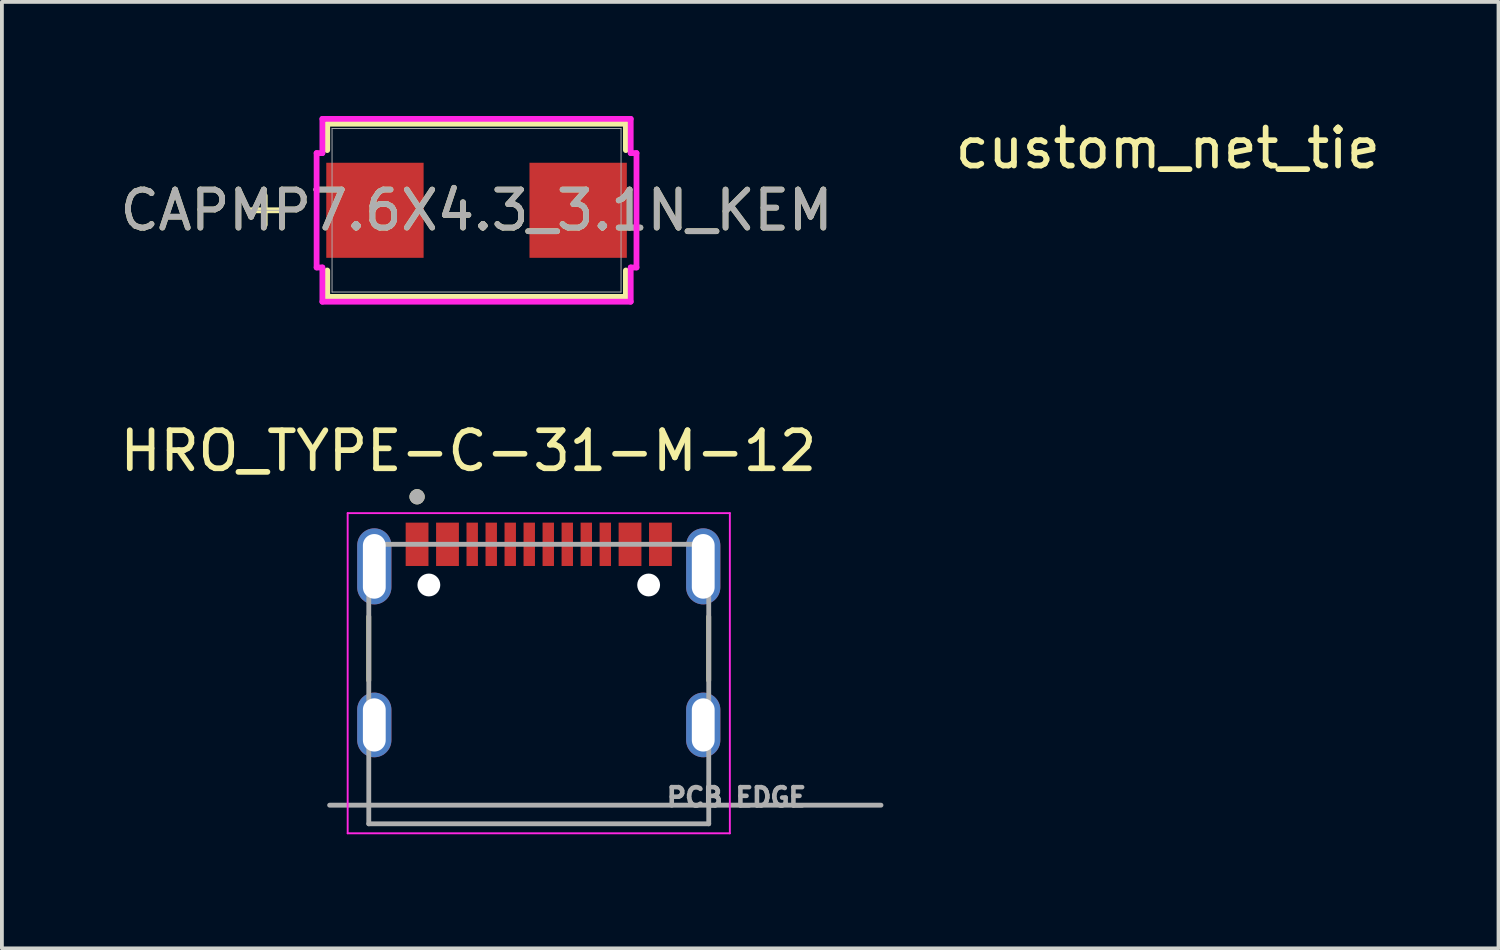
<source format=kicad_pcb>
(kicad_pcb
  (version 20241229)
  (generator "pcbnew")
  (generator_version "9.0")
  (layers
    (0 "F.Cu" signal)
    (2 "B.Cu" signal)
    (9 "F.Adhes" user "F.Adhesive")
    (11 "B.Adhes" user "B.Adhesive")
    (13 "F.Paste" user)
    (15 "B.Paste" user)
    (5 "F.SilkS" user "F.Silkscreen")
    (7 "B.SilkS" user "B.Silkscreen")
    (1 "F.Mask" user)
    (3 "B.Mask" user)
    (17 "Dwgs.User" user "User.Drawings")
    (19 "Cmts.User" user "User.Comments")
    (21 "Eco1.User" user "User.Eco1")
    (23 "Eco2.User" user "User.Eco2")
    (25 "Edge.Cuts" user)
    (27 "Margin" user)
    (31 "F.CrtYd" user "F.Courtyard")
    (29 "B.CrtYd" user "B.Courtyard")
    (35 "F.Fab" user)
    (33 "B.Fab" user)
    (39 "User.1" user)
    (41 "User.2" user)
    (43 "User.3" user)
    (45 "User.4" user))
  (footprint "HRO_TYPE-C-31-M-12"
    (layer "F.Cu")
    (at 11.118 16.014)
    (property "Reference" "HRO_TYPE-C-31-M-12" (at -1.85 -7.205 0) (layer "F.SilkS") (effects (font (size 1 1) (thickness 0.15))))
    (attr smd)
    (fp_poly (pts (xy -3.55 -5.37) (xy -2.85 -5.37) (xy -2.85 -4.13) (xy -3.55 -4.13)) (stroke (width 0.01) (type solid)) (fill yes) (layer "F.Mask"))
    (fp_poly (pts (xy -2.75 -5.37) (xy -2.05 -5.37) (xy -2.05 -4.13) (xy -2.75 -4.13)) (stroke (width 0.01) (type solid)) (fill yes) (layer "F.Mask"))
    (fp_poly (pts (xy -1.95 -5.37) (xy -1.55 -5.37) (xy -1.55 -4.13) (xy -1.95 -4.13)) (stroke (width 0.01) (type solid)) (fill yes) (layer "F.Mask"))
    (fp_poly (pts (xy -1.45 -5.37) (xy -1.05 -5.37) (xy -1.05 -4.13) (xy -1.45 -4.13)) (stroke (width 0.01) (type solid)) (fill yes) (layer "F.Mask"))
    (fp_poly (pts (xy -0.95 -5.37) (xy -0.55 -5.37) (xy -0.55 -4.13) (xy -0.95 -4.13)) (stroke (width 0.01) (type solid)) (fill yes) (layer "F.Mask"))
    (fp_poly (pts (xy -0.45 -5.37) (xy -0.05 -5.37) (xy -0.05 -4.13) (xy -0.45 -4.13)) (stroke (width 0.01) (type solid)) (fill yes) (layer "F.Mask"))
    (fp_poly (pts (xy 0.05 -5.37) (xy 0.45 -5.37) (xy 0.45 -4.13) (xy 0.05 -4.13)) (stroke (width 0.01) (type solid)) (fill yes) (layer "F.Mask"))
    (fp_poly (pts (xy 0.55 -5.37) (xy 0.95 -5.37) (xy 0.95 -4.13) (xy 0.55 -4.13)) (stroke (width 0.01) (type solid)) (fill yes) (layer "F.Mask"))
    (fp_poly (pts (xy 1.05 -5.37) (xy 1.45 -5.37) (xy 1.45 -4.13) (xy 1.05 -4.13)) (stroke (width 0.01) (type solid)) (fill yes) (layer "F.Mask"))
    (fp_poly (pts (xy 1.55 -5.37) (xy 1.95 -5.37) (xy 1.95 -4.13) (xy 1.55 -4.13)) (stroke (width 0.01) (type solid)) (fill yes) (layer "F.Mask"))
    (fp_poly (pts (xy 2.05 -5.37) (xy 2.75 -5.37) (xy 2.75 -4.13) (xy 2.05 -4.13)) (stroke (width 0.01) (type solid)) (fill yes) (layer "F.Mask"))
    (fp_poly (pts (xy 2.85 -5.37) (xy 3.55 -5.37) (xy 3.55 -4.13) (xy 2.85 -4.13)) (stroke (width 0.01) (type solid)) (fill yes) (layer "F.Mask"))
    (fp_line (start -4.47 -2.85) (end -4.47 -1.17) (stroke (width 0.127) (type solid)) (layer "F.SilkS"))
    (fp_line (start 4.47 -2.85) (end 4.47 -1.17) (stroke (width 0.127) (type solid)) (layer "F.SilkS"))
    (fp_circle (center -3.2 -6) (end -3.1 -6) (stroke (width 0.2) (type solid)) (fill no) (layer "F.SilkS"))
    (fp_line (start -5.025 -5.57) (end -5.025 2.85) (stroke (width 0.05) (type solid)) (layer "F.CrtYd"))
    (fp_line (start -5.025 2.85) (end 5.025 2.85) (stroke (width 0.05) (type solid)) (layer "F.CrtYd"))
    (fp_line (start 5.025 -5.57) (end -5.025 -5.57) (stroke (width 0.05) (type solid)) (layer "F.CrtYd"))
    (fp_line (start 5.025 2.85) (end 5.025 -5.57) (stroke (width 0.05) (type solid)) (layer "F.CrtYd"))
    (fp_line (start -5.5 2.11) (end 9 2.11) (stroke (width 0.127) (type solid)) (layer "F.Fab"))
    (fp_line (start -4.47 -4.75) (end -4.47 2.6) (stroke (width 0.127) (type solid)) (layer "F.Fab"))
    (fp_line (start -4.47 2.6) (end 4.47 2.6) (stroke (width 0.127) (type solid)) (layer "F.Fab"))
    (fp_line (start 4.47 -4.75) (end -4.47 -4.75) (stroke (width 0.127) (type solid)) (layer "F.Fab"))
    (fp_line (start 4.47 2.6) (end 4.47 -4.75) (stroke (width 0.127) (type solid)) (layer "F.Fab"))
    (fp_circle (center -3.2 -6) (end -3.1 -6) (stroke (width 0.2) (type solid)) (fill no) (layer "F.Fab"))
    (fp_text user "PCB EDGE" (at 5.2 1.9 0) (layer "F.Fab") (effects (font (size 0.48 0.48) (thickness 0.15))))
    (pad "" np_thru_hole circle (at -2.89 -3.68) (size 0.6 0.6) (drill 0.6) (layers "*.Cu" "*.Mask"))
    (pad "" np_thru_hole circle (at 2.89 -3.68) (size 0.6 0.6) (drill 0.6) (layers "*.Cu" "*.Mask"))
    (pad "A1_B12" smd rect (at -3.2 -4.75) (size 0.6 1.14) (layers "F.Cu" "F.Paste"))
    (pad "A4_B9" smd rect (at -2.4 -4.75) (size 0.6 1.14) (layers "F.Cu" "F.Paste"))
    (pad "A5" smd rect (at -1.25 -4.75) (size 0.3 1.14) (layers "F.Cu" "F.Paste"))
    (pad "A6" smd rect (at -0.25 -4.75) (size 0.3 1.14) (layers "F.Cu" "F.Paste"))
    (pad "A7" smd rect (at 0.25 -4.75) (size 0.3 1.14) (layers "F.Cu" "F.Paste"))
    (pad "A8" smd rect (at 1.25 -4.75) (size 0.3 1.14) (layers "F.Cu" "F.Paste"))
    (pad "B1_A12" smd rect (at 3.2 -4.75) (size 0.6 1.14) (layers "F.Cu" "F.Paste"))
    (pad "B4_A9" smd rect (at 2.4 -4.75) (size 0.6 1.14) (layers "F.Cu" "F.Paste"))
    (pad "B5" smd rect (at 1.75 -4.75) (size 0.3 1.14) (layers "F.Cu" "F.Paste"))
    (pad "B6" smd rect (at 0.75 -4.75) (size 0.3 1.14) (layers "F.Cu" "F.Paste"))
    (pad "B7" smd rect (at -0.75 -4.75) (size 0.3 1.14) (layers "F.Cu" "F.Paste"))
    (pad "B8" smd rect (at -1.75 -4.75) (size 0.3 1.14) (layers "F.Cu" "F.Paste"))
    (pad "S1" thru_hole oval (at -4.325 -4.17) (size 0.9 2) (drill oval 0.6 1.7) (layers "*.Cu" "*.Mask"))
    (pad "S2" thru_hole oval (at 4.325 -4.17) (size 0.9 2) (drill oval 0.6 1.7) (layers "*.Cu" "*.Mask"))
    (pad "S3" thru_hole oval (at -4.325 0) (size 0.9 1.7) (drill oval 0.6 1.4) (layers "*.Cu" "*.Mask"))
    (pad "S4" thru_hole oval (at 4.325 0) (size 0.9 1.7) (drill oval 0.6 1.4) (layers "*.Cu" "*.Mask")))
  (footprint "CAPMP7.6X4.3_3.1N_KEM"
    (layer "F.Cu")
    (at 9.482 2.48)
    (property "Reference" "CAPMP7.6X4.3_3.1N_KEM" (at 0 0 0) (unlocked yes) (layer "F.SilkS") (effects (font (size 1 1) (thickness 0.15))))
    (attr smd)
    (fp_line (start -5.57 -0.381) (end -5.57 0.381) (stroke (width 0.152) (type solid)) (layer "F.SilkS"))
    (fp_line (start -5.189 0) (end -5.951 0) (stroke (width 0.152) (type solid)) (layer "F.SilkS"))
    (fp_line (start -3.927 -2.277) (end -3.927 -1.583) (stroke (width 0.152) (type solid)) (layer "F.SilkS"))
    (fp_line (start -3.927 1.583) (end -3.927 2.277) (stroke (width 0.152) (type solid)) (layer "F.SilkS"))
    (fp_line (start -3.927 2.277) (end 3.927 2.277) (stroke (width 0.152) (type solid)) (layer "F.SilkS"))
    (fp_line (start 3.927 -2.277) (end -3.927 -2.277) (stroke (width 0.152) (type solid)) (layer "F.SilkS"))
    (fp_line (start 3.927 -1.583) (end 3.927 -2.277) (stroke (width 0.152) (type solid)) (layer "F.SilkS"))
    (fp_line (start 3.927 2.277) (end 3.927 1.583) (stroke (width 0.152) (type solid)) (layer "F.SilkS"))
    (fp_line (start -4.206 -1.504) (end -4.054 -1.504) (stroke (width 0.152) (type solid)) (layer "F.CrtYd"))
    (fp_line (start -4.206 1.504) (end -4.206 -1.504) (stroke (width 0.152) (type solid)) (layer "F.CrtYd"))
    (fp_line (start -4.054 -2.404) (end 4.054 -2.404) (stroke (width 0.152) (type solid)) (layer "F.CrtYd"))
    (fp_line (start -4.054 -1.504) (end -4.054 -2.404) (stroke (width 0.152) (type solid)) (layer "F.CrtYd"))
    (fp_line (start -4.054 1.504) (end -4.206 1.504) (stroke (width 0.152) (type solid)) (layer "F.CrtYd"))
    (fp_line (start -4.054 2.404) (end -4.054 1.504) (stroke (width 0.152) (type solid)) (layer "F.CrtYd"))
    (fp_line (start 4.054 -2.404) (end 4.054 -1.504) (stroke (width 0.152) (type solid)) (layer "F.CrtYd"))
    (fp_line (start 4.054 -1.504) (end 4.206 -1.504) (stroke (width 0.152) (type solid)) (layer "F.CrtYd"))
    (fp_line (start 4.054 1.504) (end 4.054 2.404) (stroke (width 0.152) (type solid)) (layer "F.CrtYd"))
    (fp_line (start 4.054 2.404) (end -4.054 2.404) (stroke (width 0.152) (type solid)) (layer "F.CrtYd"))
    (fp_line (start 4.206 -1.504) (end 4.206 1.504) (stroke (width 0.152) (type solid)) (layer "F.CrtYd"))
    (fp_line (start 4.206 1.504) (end 4.054 1.504) (stroke (width 0.152) (type solid)) (layer "F.CrtYd"))
    (fp_line (start -5.57 -0.381) (end -5.57 0.381) (stroke (width 0.025) (type solid)) (layer "F.Fab"))
    (fp_line (start -5.189 0) (end -5.951 0) (stroke (width 0.025) (type solid)) (layer "F.Fab"))
    (fp_line (start -3.8 -2.15) (end -3.8 2.15) (stroke (width 0.025) (type solid)) (layer "F.Fab"))
    (fp_line (start -3.8 2.15) (end 3.8 2.15) (stroke (width 0.025) (type solid)) (layer "F.Fab"))
    (fp_line (start 3.8 -2.15) (end -3.8 -2.15) (stroke (width 0.025) (type solid)) (layer "F.Fab"))
    (fp_line (start 3.8 2.15) (end 3.8 -2.15) (stroke (width 0.025) (type solid)) (layer "F.Fab"))
    (fp_text user "${REFERENCE}" (at 0 0 0) (unlocked yes) (layer "F.Fab") (effects (font (size 1 1) (thickness 0.15))))
    (pad "1" smd rect (at -2.672 0 90) (size 2.5 2.56) (layers "F.Cu" "F.Mask" "F.Paste"))
    (pad "2" smd rect (at 2.672 0 90) (size 2.5 2.56) (layers "F.Cu" "F.Mask" "F.Paste"))
    (zone (net_name "") (layer "F.Cu") (hatch full 0.508) (connect_pads) (min_thickness 0.254) (filled_areas_thickness no) (keepout (tracks not_allowed) (vias not_allowed) (pads allowed) (copperpour not_allowed) (footprints allowed)) (placement (enabled no)) (fill) (polygon (pts (xy 5.733 0.381) (xy 13.231 0.381) (xy 13.231 1.179) (xy 5.733 1.179))))
    (zone (net_name "") (layer "F.Cu") (hatch full 0.508) (connect_pads) (min_thickness 0.254) (filled_areas_thickness no) (keepout (tracks not_allowed) (vias not_allowed) (pads allowed) (copperpour not_allowed) (footprints allowed)) (placement (enabled no)) (fill) (polygon (pts (xy 5.733 3.781) (xy 13.231 3.781) (xy 13.231 4.579) (xy 5.733 4.579))))
    (zone (net_name "") (layer "F.Cu") (hatch full 0.508) (connect_pads) (min_thickness 0.254) (filled_areas_thickness no) (keepout (tracks not_allowed) (vias not_allowed) (pads allowed) (copperpour not_allowed) (footprints allowed)) (placement (enabled no)) (fill) (polygon (pts (xy 7.841 1.179) (xy 11.123 1.179) (xy 11.123 3.781) (xy 7.841 3.781)))))
  (footprint "custom_net_tie"
    (layer "F.Cu")
    (at 27.661 2.048)
    (property "Reference" "custom_net_tie" (at 0 -1.2 0) (layer "F.SilkS") (effects (font (size 1 1) (thickness 0.15))))
    (attr smd exclude_from_pos_files exclude_from_bom allow_missing_courtyard)
    (fp_poly (pts (xy -1 -0.2) (xy 1 -0.2) (xy 1 0.2) (xy -1 0.2)) (stroke (width 0) (type solid)) (fill yes) (layer "In2.Cu"))
    (pad "1" smd circle (at -1 0) (size 0.4 0.4) (layers "In2.Cu"))
    (pad "2" smd circle (at 1 0) (size 0.4 0.4) (layers "In2.Cu")))
  (gr_rect
    (start -3 -3)
    (end 36.357 21.889)
    (stroke (width 0.1) (type default))
    (fill no)
    (layer "Edge.Cuts")))
</source>
